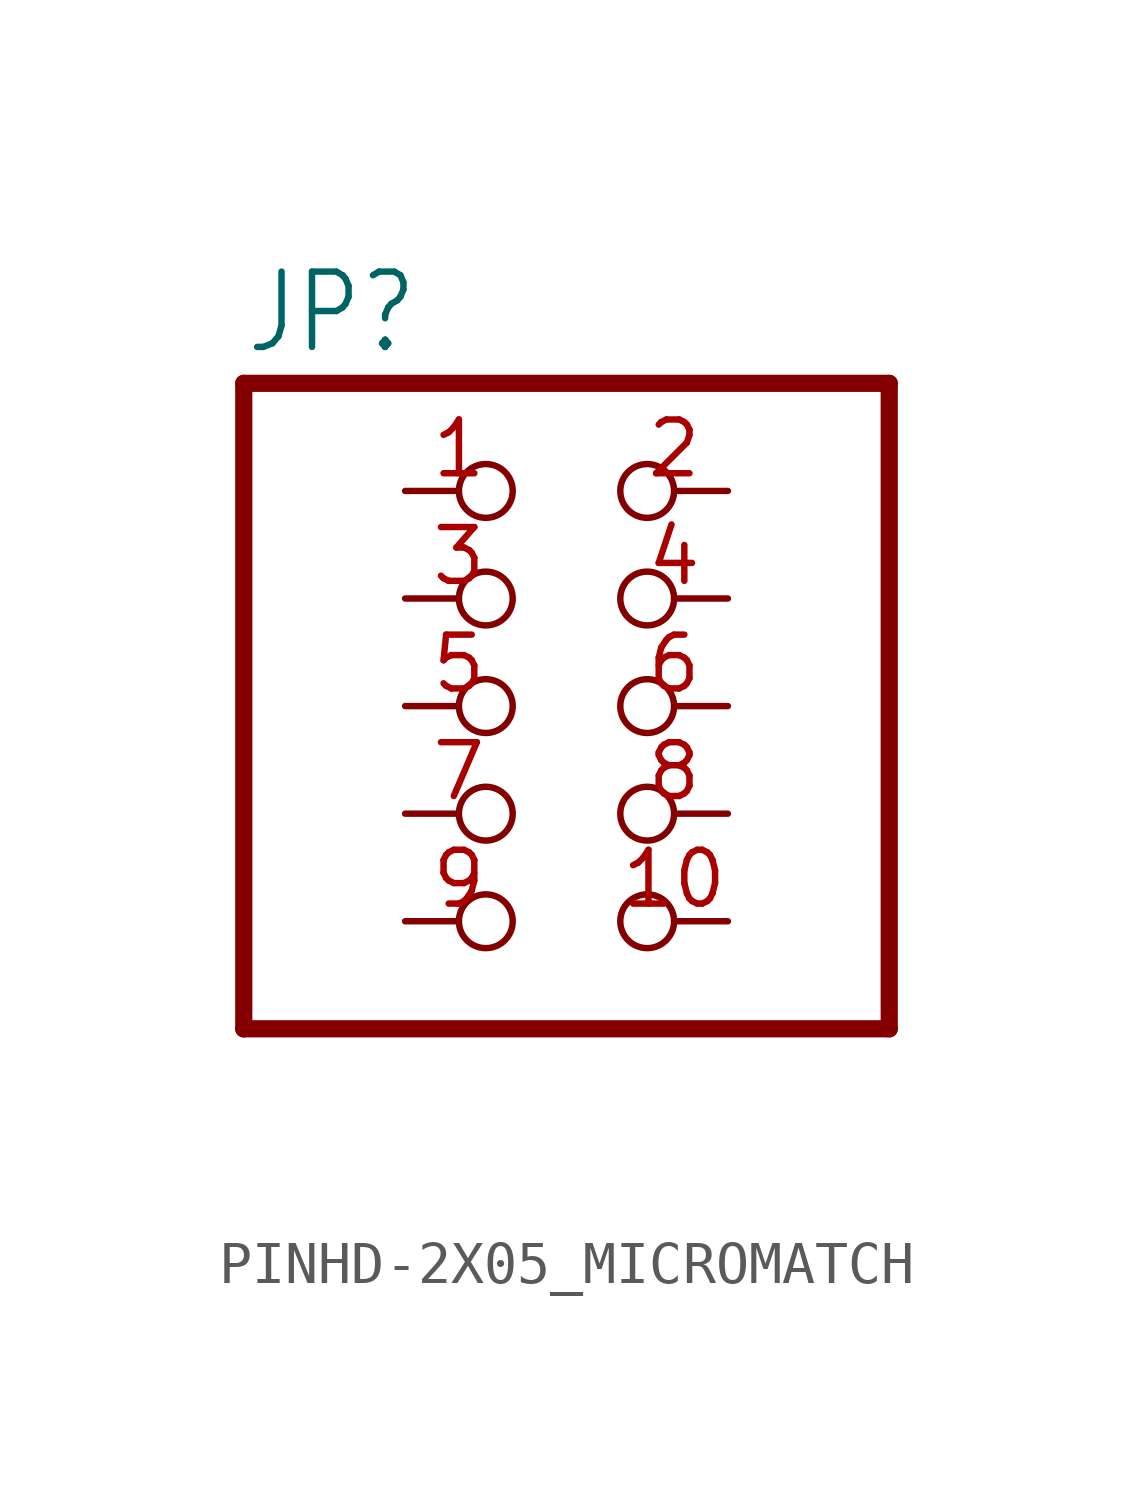
<source format=kicad_sym>
(kicad_symbol_lib
  (version 20231120)
  (generator "kicad_symbol_editor")
  (generator_version "8.0")
  (symbol "PINHD-2X05_MICROMATCH"
    (property "Reference" "JP"
      (at -6.35 8.255 0)
      (effects (font (size 1.778 1.511)) (justify left bottom)))
    (property "Value" ""
      (at -6.35 -10.16 0)
      (effects (font (size 1.778 1.511)) (justify left bottom)))
    (property "ki_locked" ""
      (at 0 0 0)
      (effects (font (size 1.27 1.27))))
    (symbol "PINHD-2X05_MICROMATCH_1_0"
      (polyline (pts (xy -6.35 -7.62) (xy 8.89 -7.62)) (stroke (width 0.406) (type solid)) (fill (type none)))
      (polyline (pts (xy -6.35 7.62) (xy -6.35 -7.62)) (stroke (width 0.406) (type solid)) (fill (type none)))
      (polyline (pts (xy 8.89 -7.62) (xy 8.89 7.62)) (stroke (width 0.406) (type solid)) (fill (type none)))
      (polyline (pts (xy 8.89 7.62) (xy -6.35 7.62)) (stroke (width 0.406) (type solid)) (fill (type none)))
      (pin passive inverted (at -2.54 5.08 0) (length 2.54) (name "1" (effects (font (size 0 0)))) (number "1" (effects (font (size 1.27 1.27)))))
      (pin passive inverted (at 5.08 -5.08 180) (length 2.54) (name "10" (effects (font (size 0 0)))) (number "10" (effects (font (size 1.27 1.27)))))
      (pin passive inverted (at 5.08 5.08 180) (length 2.54) (name "2" (effects (font (size 0 0)))) (number "2" (effects (font (size 1.27 1.27)))))
      (pin passive inverted (at -2.54 2.54 0) (length 2.54) (name "3" (effects (font (size 0 0)))) (number "3" (effects (font (size 1.27 1.27)))))
      (pin passive inverted (at 5.08 2.54 180) (length 2.54) (name "4" (effects (font (size 0 0)))) (number "4" (effects (font (size 1.27 1.27)))))
      (pin passive inverted (at -2.54 0 0) (length 2.54) (name "5" (effects (font (size 0 0)))) (number "5" (effects (font (size 1.27 1.27)))))
      (pin passive inverted (at 5.08 0 180) (length 2.54) (name "6" (effects (font (size 0 0)))) (number "6" (effects (font (size 1.27 1.27)))))
      (pin passive inverted (at -2.54 -2.54 0) (length 2.54) (name "7" (effects (font (size 0 0)))) (number "7" (effects (font (size 1.27 1.27)))))
      (pin passive inverted (at 5.08 -2.54 180) (length 2.54) (name "8" (effects (font (size 0 0)))) (number "8" (effects (font (size 1.27 1.27)))))
      (pin passive inverted (at -2.54 -5.08 0) (length 2.54) (name "9" (effects (font (size 0 0)))) (number "9" (effects (font (size 1.27 1.27))))))))
</source>
